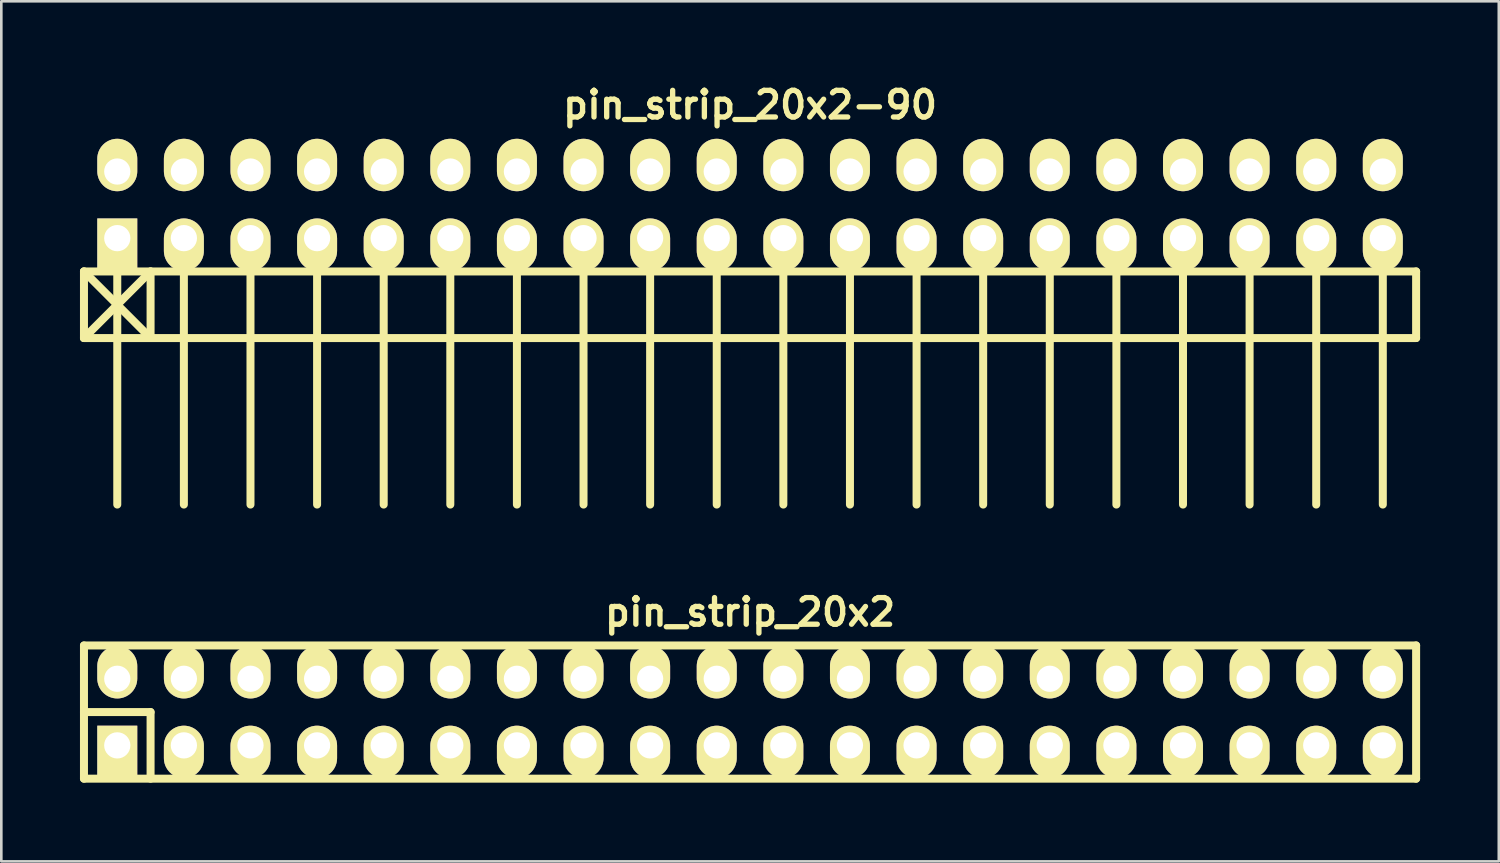
<source format=kicad_pcb>
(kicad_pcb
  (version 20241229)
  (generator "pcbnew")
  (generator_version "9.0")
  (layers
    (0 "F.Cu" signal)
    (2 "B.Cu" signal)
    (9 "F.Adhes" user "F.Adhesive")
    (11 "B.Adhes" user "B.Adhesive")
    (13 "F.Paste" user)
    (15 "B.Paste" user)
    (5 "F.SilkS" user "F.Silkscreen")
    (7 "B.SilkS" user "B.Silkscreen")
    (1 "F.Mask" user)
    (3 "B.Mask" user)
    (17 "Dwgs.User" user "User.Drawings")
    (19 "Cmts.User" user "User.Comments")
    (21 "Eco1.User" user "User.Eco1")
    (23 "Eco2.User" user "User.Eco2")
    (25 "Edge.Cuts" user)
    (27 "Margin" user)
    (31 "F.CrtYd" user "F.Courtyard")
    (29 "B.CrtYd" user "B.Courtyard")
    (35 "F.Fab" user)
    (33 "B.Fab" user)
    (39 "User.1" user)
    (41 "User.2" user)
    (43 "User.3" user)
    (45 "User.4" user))
  (footprint "pin_strip_20x2"
    (layer "F.Cu")
    (at 25.552 24.104)
    (property "Reference" "pin_strip_20x2" (at 0 -3.81 0) (layer "F.SilkS") (effects (font (size 1.016 1.016) (thickness 0.203))))
    (attr through_hole)
    (fp_line (start -25.4 -2.54) (end -25.4 2.54) (stroke (width 0.305) (type solid)) (layer "F.SilkS"))
    (fp_line (start -25.4 -2.54) (end 25.4 -2.54) (stroke (width 0.305) (type solid)) (layer "F.SilkS"))
    (fp_line (start -25.4 0) (end -22.86 0) (stroke (width 0.305) (type solid)) (layer "F.SilkS"))
    (fp_line (start -22.86 0) (end -22.86 2.54) (stroke (width 0.305) (type solid)) (layer "F.SilkS"))
    (fp_line (start 25.4 2.54) (end -25.4 2.54) (stroke (width 0.305) (type solid)) (layer "F.SilkS"))
    (fp_line (start 25.4 2.54) (end 25.4 -2.54) (stroke (width 0.305) (type solid)) (layer "F.SilkS"))
    (pad "1" thru_hole rect (at -24.13 1.27) (size 1.524 1.999) (drill 1.001 (offset 0 0.249)) (layers "*.Cu" "*.Mask" "F.SilkS"))
    (pad "2" thru_hole oval (at -24.13 -1.27) (size 1.524 1.999) (drill 1.001 (offset 0 -0.249)) (layers "*.Cu" "*.Mask" "F.SilkS"))
    (pad "3" thru_hole oval (at -21.59 1.27) (size 1.524 1.999) (drill 1.001 (offset 0 0.249)) (layers "*.Cu" "*.Mask" "F.SilkS"))
    (pad "4" thru_hole oval (at -21.59 -1.27) (size 1.524 1.999) (drill 1.001 (offset 0 -0.249)) (layers "*.Cu" "*.Mask" "F.SilkS"))
    (pad "5" thru_hole oval (at -19.05 1.27) (size 1.524 1.999) (drill 1.001 (offset 0 0.249)) (layers "*.Cu" "*.Mask" "F.SilkS"))
    (pad "6" thru_hole oval (at -19.05 -1.27) (size 1.524 1.999) (drill 1.001 (offset 0 -0.249)) (layers "*.Cu" "*.Mask" "F.SilkS"))
    (pad "7" thru_hole oval (at -16.51 1.27) (size 1.524 1.999) (drill 1.001 (offset 0 0.249)) (layers "*.Cu" "*.Mask" "F.SilkS"))
    (pad "8" thru_hole oval (at -16.51 -1.27) (size 1.524 1.999) (drill 1.001 (offset 0 -0.249)) (layers "*.Cu" "*.Mask" "F.SilkS"))
    (pad "9" thru_hole oval (at -13.97 1.27) (size 1.524 1.999) (drill 1.001 (offset 0 0.249)) (layers "*.Cu" "*.Mask" "F.SilkS"))
    (pad "10" thru_hole oval (at -13.97 -1.27) (size 1.524 1.999) (drill 1.001 (offset 0 -0.249)) (layers "*.Cu" "*.Mask" "F.SilkS"))
    (pad "11" thru_hole oval (at -11.43 1.27) (size 1.524 1.999) (drill 1.001 (offset 0 0.249)) (layers "*.Cu" "*.Mask" "F.SilkS"))
    (pad "12" thru_hole oval (at -11.43 -1.27) (size 1.524 1.999) (drill 1.001 (offset 0 -0.249)) (layers "*.Cu" "*.Mask" "F.SilkS"))
    (pad "13" thru_hole oval (at -8.89 1.27) (size 1.524 1.999) (drill 1.001 (offset 0 0.249)) (layers "*.Cu" "*.Mask" "F.SilkS"))
    (pad "14" thru_hole oval (at -8.89 -1.27) (size 1.524 1.999) (drill 1.001 (offset 0 -0.249)) (layers "*.Cu" "*.Mask" "F.SilkS"))
    (pad "15" thru_hole oval (at -6.35 1.27) (size 1.524 1.999) (drill 1.001 (offset 0 0.249)) (layers "*.Cu" "*.Mask" "F.SilkS"))
    (pad "16" thru_hole oval (at -6.35 -1.27) (size 1.524 1.999) (drill 1.001 (offset 0 -0.249)) (layers "*.Cu" "*.Mask" "F.SilkS"))
    (pad "17" thru_hole oval (at -3.81 1.27) (size 1.524 1.999) (drill 1.001 (offset 0 0.249)) (layers "*.Cu" "*.Mask" "F.SilkS"))
    (pad "18" thru_hole oval (at -3.81 -1.27) (size 1.524 1.999) (drill 1.001 (offset 0 -0.249)) (layers "*.Cu" "*.Mask" "F.SilkS"))
    (pad "19" thru_hole oval (at -1.27 1.27) (size 1.524 1.999) (drill 1.001 (offset 0 0.249)) (layers "*.Cu" "*.Mask" "F.SilkS"))
    (pad "20" thru_hole oval (at -1.27 -1.27) (size 1.524 1.999) (drill 1.001 (offset 0 -0.249)) (layers "*.Cu" "*.Mask" "F.SilkS"))
    (pad "21" thru_hole oval (at 1.27 1.27) (size 1.524 1.999) (drill 1.001 (offset 0 0.249)) (layers "*.Cu" "*.Mask" "F.SilkS"))
    (pad "22" thru_hole oval (at 1.27 -1.27) (size 1.524 1.999) (drill 1.001 (offset 0 -0.249)) (layers "*.Cu" "*.Mask" "F.SilkS"))
    (pad "23" thru_hole oval (at 3.81 1.27) (size 1.524 1.999) (drill 1.001 (offset 0 0.249)) (layers "*.Cu" "*.Mask" "F.SilkS"))
    (pad "24" thru_hole oval (at 3.81 -1.27) (size 1.524 1.999) (drill 1.001 (offset 0 -0.249)) (layers "*.Cu" "*.Mask" "F.SilkS"))
    (pad "25" thru_hole oval (at 6.35 1.27) (size 1.524 1.999) (drill 1.001 (offset 0 0.249)) (layers "*.Cu" "*.Mask" "F.SilkS"))
    (pad "26" thru_hole oval (at 6.35 -1.27) (size 1.524 1.999) (drill 1.001 (offset 0 -0.249)) (layers "*.Cu" "*.Mask" "F.SilkS"))
    (pad "27" thru_hole oval (at 8.89 1.27) (size 1.524 1.999) (drill 1.001 (offset 0 0.249)) (layers "*.Cu" "*.Mask" "F.SilkS"))
    (pad "28" thru_hole oval (at 8.89 -1.27) (size 1.524 1.999) (drill 1.001 (offset 0 -0.249)) (layers "*.Cu" "*.Mask" "F.SilkS"))
    (pad "29" thru_hole oval (at 11.43 1.27) (size 1.524 1.999) (drill 1.001 (offset 0 0.249)) (layers "*.Cu" "*.Mask" "F.SilkS"))
    (pad "30" thru_hole oval (at 11.43 -1.27) (size 1.524 1.999) (drill 1.001 (offset 0 -0.249)) (layers "*.Cu" "*.Mask" "F.SilkS"))
    (pad "31" thru_hole oval (at 13.97 1.27) (size 1.524 1.999) (drill 1.001 (offset 0 0.249)) (layers "*.Cu" "*.Mask" "F.SilkS"))
    (pad "32" thru_hole oval (at 13.97 -1.27) (size 1.524 1.999) (drill 1.001 (offset 0 -0.249)) (layers "*.Cu" "*.Mask" "F.SilkS"))
    (pad "33" thru_hole oval (at 16.51 1.27) (size 1.524 1.999) (drill 1.001 (offset 0 0.249)) (layers "*.Cu" "*.Mask" "F.SilkS"))
    (pad "34" thru_hole oval (at 16.51 -1.27) (size 1.524 1.999) (drill 1.001 (offset 0 -0.249)) (layers "*.Cu" "*.Mask" "F.SilkS"))
    (pad "35" thru_hole oval (at 19.05 1.27) (size 1.524 1.999) (drill 1.001 (offset 0 0.249)) (layers "*.Cu" "*.Mask" "F.SilkS"))
    (pad "36" thru_hole oval (at 19.05 -1.27) (size 1.524 1.999) (drill 1.001 (offset 0 -0.249)) (layers "*.Cu" "*.Mask" "F.SilkS"))
    (pad "37" thru_hole oval (at 21.59 1.27) (size 1.524 1.999) (drill 1.001 (offset 0 0.249)) (layers "*.Cu" "*.Mask" "F.SilkS"))
    (pad "38" thru_hole oval (at 21.59 -1.27) (size 1.524 1.999) (drill 1.001 (offset 0 -0.249)) (layers "*.Cu" "*.Mask" "F.SilkS"))
    (pad "39" thru_hole oval (at 24.13 1.27) (size 1.524 1.999) (drill 1.001 (offset 0 0.249)) (layers "*.Cu" "*.Mask" "F.SilkS"))
    (pad "40" thru_hole oval (at 24.13 -1.27) (size 1.524 1.999) (drill 1.001 (offset 0 -0.249)) (layers "*.Cu" "*.Mask" "F.SilkS")))
  (footprint "pin_strip_20x2-90"
    (layer "F.Cu")
    (at 25.552 4.761)
    (property "Reference" "pin_strip_20x2-90" (at 0 -3.81 0) (layer "F.SilkS") (effects (font (size 1.016 1.016) (thickness 0.203))))
    (attr through_hole)
    (fp_line (start -25.4 2.54) (end -22.86 5.08) (stroke (width 0.305) (type solid)) (layer "F.SilkS"))
    (fp_line (start -25.4 5.08) (end -25.4 2.54) (stroke (width 0.305) (type solid)) (layer "F.SilkS"))
    (fp_line (start -25.4 5.08) (end 25.4 5.08) (stroke (width 0.305) (type solid)) (layer "F.SilkS"))
    (fp_line (start -24.13 1.27) (end -24.13 11.43) (stroke (width 0.305) (type solid)) (layer "F.SilkS"))
    (fp_line (start -22.86 2.54) (end -25.4 5.08) (stroke (width 0.305) (type solid)) (layer "F.SilkS"))
    (fp_line (start -22.86 5.08) (end -22.86 2.54) (stroke (width 0.305) (type solid)) (layer "F.SilkS"))
    (fp_line (start -21.59 1.27) (end -21.59 11.43) (stroke (width 0.305) (type solid)) (layer "F.SilkS"))
    (fp_line (start -19.05 11.43) (end -19.05 1.27) (stroke (width 0.305) (type solid)) (layer "F.SilkS"))
    (fp_line (start -16.51 1.27) (end -16.51 11.43) (stroke (width 0.305) (type solid)) (layer "F.SilkS"))
    (fp_line (start -13.97 1.27) (end -13.97 11.43) (stroke (width 0.305) (type solid)) (layer "F.SilkS"))
    (fp_line (start -11.43 1.27) (end -11.43 11.43) (stroke (width 0.305) (type solid)) (layer "F.SilkS"))
    (fp_line (start -8.89 1.27) (end -8.89 11.43) (stroke (width 0.305) (type solid)) (layer "F.SilkS"))
    (fp_line (start -6.35 1.27) (end -6.35 11.43) (stroke (width 0.305) (type solid)) (layer "F.SilkS"))
    (fp_line (start -3.81 1.27) (end -3.81 11.43) (stroke (width 0.305) (type solid)) (layer "F.SilkS"))
    (fp_line (start -1.27 1.27) (end -1.27 11.43) (stroke (width 0.305) (type solid)) (layer "F.SilkS"))
    (fp_line (start 1.27 1.27) (end 1.27 11.43) (stroke (width 0.305) (type solid)) (layer "F.SilkS"))
    (fp_line (start 3.81 1.27) (end 3.81 11.43) (stroke (width 0.305) (type solid)) (layer "F.SilkS"))
    (fp_line (start 6.35 11.43) (end 6.35 1.27) (stroke (width 0.305) (type solid)) (layer "F.SilkS"))
    (fp_line (start 8.89 1.27) (end 8.89 11.43) (stroke (width 0.305) (type solid)) (layer "F.SilkS"))
    (fp_line (start 11.43 1.27) (end 11.43 11.43) (stroke (width 0.305) (type solid)) (layer "F.SilkS"))
    (fp_line (start 13.97 1.27) (end 13.97 11.43) (stroke (width 0.305) (type solid)) (layer "F.SilkS"))
    (fp_line (start 16.51 1.27) (end 16.51 11.43) (stroke (width 0.305) (type solid)) (layer "F.SilkS"))
    (fp_line (start 19.05 1.27) (end 19.05 11.43) (stroke (width 0.305) (type solid)) (layer "F.SilkS"))
    (fp_line (start 21.59 1.27) (end 21.59 11.43) (stroke (width 0.305) (type solid)) (layer "F.SilkS"))
    (fp_line (start 24.13 1.27) (end 24.13 11.43) (stroke (width 0.305) (type solid)) (layer "F.SilkS"))
    (fp_line (start 25.4 2.54) (end -25.4 2.54) (stroke (width 0.305) (type solid)) (layer "F.SilkS"))
    (fp_line (start 25.4 2.54) (end 25.4 5.08) (stroke (width 0.305) (type solid)) (layer "F.SilkS"))
    (pad "1" thru_hole rect (at -24.13 1.27) (size 1.524 1.999) (drill 1.001 (offset 0 0.249)) (layers "*.Cu" "*.Mask" "F.SilkS"))
    (pad "2" thru_hole oval (at -24.13 -1.27) (size 1.524 1.999) (drill 1.001 (offset 0 -0.249)) (layers "*.Cu" "*.Mask" "F.SilkS"))
    (pad "3" thru_hole oval (at -21.59 1.27) (size 1.524 1.999) (drill 1.001 (offset 0 0.249)) (layers "*.Cu" "*.Mask" "F.SilkS"))
    (pad "4" thru_hole oval (at -21.59 -1.27) (size 1.524 1.999) (drill 1.001 (offset 0 -0.249)) (layers "*.Cu" "*.Mask" "F.SilkS"))
    (pad "5" thru_hole oval (at -19.05 1.27) (size 1.524 1.999) (drill 1.001 (offset 0 0.249)) (layers "*.Cu" "*.Mask" "F.SilkS"))
    (pad "6" thru_hole oval (at -19.05 -1.27) (size 1.524 1.999) (drill 1.001 (offset 0 -0.249)) (layers "*.Cu" "*.Mask" "F.SilkS"))
    (pad "7" thru_hole oval (at -16.51 1.27) (size 1.524 1.999) (drill 1.001 (offset 0 0.249)) (layers "*.Cu" "*.Mask" "F.SilkS"))
    (pad "8" thru_hole oval (at -16.51 -1.27) (size 1.524 1.999) (drill 1.001 (offset 0 -0.249)) (layers "*.Cu" "*.Mask" "F.SilkS"))
    (pad "9" thru_hole oval (at -13.97 1.27) (size 1.524 1.999) (drill 1.001 (offset 0 0.249)) (layers "*.Cu" "*.Mask" "F.SilkS"))
    (pad "10" thru_hole oval (at -13.97 -1.27) (size 1.524 1.999) (drill 1.001 (offset 0 -0.249)) (layers "*.Cu" "*.Mask" "F.SilkS"))
    (pad "11" thru_hole oval (at -11.43 1.27) (size 1.524 1.999) (drill 1.001 (offset 0 0.249)) (layers "*.Cu" "*.Mask" "F.SilkS"))
    (pad "12" thru_hole oval (at -11.43 -1.27) (size 1.524 1.999) (drill 1.001 (offset 0 -0.249)) (layers "*.Cu" "*.Mask" "F.SilkS"))
    (pad "13" thru_hole oval (at -8.89 1.27) (size 1.524 1.999) (drill 1.001 (offset 0 0.249)) (layers "*.Cu" "*.Mask" "F.SilkS"))
    (pad "14" thru_hole oval (at -8.89 -1.27) (size 1.524 1.999) (drill 1.001 (offset 0 -0.249)) (layers "*.Cu" "*.Mask" "F.SilkS"))
    (pad "15" thru_hole oval (at -6.35 1.27) (size 1.524 1.999) (drill 1.001 (offset 0 0.249)) (layers "*.Cu" "*.Mask" "F.SilkS"))
    (pad "16" thru_hole oval (at -6.35 -1.27) (size 1.524 1.999) (drill 1.001 (offset 0 -0.249)) (layers "*.Cu" "*.Mask" "F.SilkS"))
    (pad "17" thru_hole oval (at -3.81 1.27) (size 1.524 1.999) (drill 1.001 (offset 0 0.249)) (layers "*.Cu" "*.Mask" "F.SilkS"))
    (pad "18" thru_hole oval (at -3.81 -1.27) (size 1.524 1.999) (drill 1.001 (offset 0 -0.249)) (layers "*.Cu" "*.Mask" "F.SilkS"))
    (pad "19" thru_hole oval (at -1.27 1.27) (size 1.524 1.999) (drill 1.001 (offset 0 0.249)) (layers "*.Cu" "*.Mask" "F.SilkS"))
    (pad "20" thru_hole oval (at -1.27 -1.27) (size 1.524 1.999) (drill 1.001 (offset 0 -0.249)) (layers "*.Cu" "*.Mask" "F.SilkS"))
    (pad "21" thru_hole oval (at 1.27 1.27) (size 1.524 1.999) (drill 1.001 (offset 0 0.249)) (layers "*.Cu" "*.Mask" "F.SilkS"))
    (pad "22" thru_hole oval (at 1.27 -1.27) (size 1.524 1.999) (drill 1.001 (offset 0 -0.249)) (layers "*.Cu" "*.Mask" "F.SilkS"))
    (pad "23" thru_hole oval (at 3.81 1.27) (size 1.524 1.999) (drill 1.001 (offset 0 0.249)) (layers "*.Cu" "*.Mask" "F.SilkS"))
    (pad "24" thru_hole oval (at 3.81 -1.27) (size 1.524 1.999) (drill 1.001 (offset 0 -0.249)) (layers "*.Cu" "*.Mask" "F.SilkS"))
    (pad "25" thru_hole oval (at 6.35 1.27) (size 1.524 1.999) (drill 1.001 (offset 0 0.249)) (layers "*.Cu" "*.Mask" "F.SilkS"))
    (pad "26" thru_hole oval (at 6.35 -1.27) (size 1.524 1.999) (drill 1.001 (offset 0 -0.249)) (layers "*.Cu" "*.Mask" "F.SilkS"))
    (pad "27" thru_hole oval (at 8.89 1.27) (size 1.524 1.999) (drill 1.001 (offset 0 0.249)) (layers "*.Cu" "*.Mask" "F.SilkS"))
    (pad "28" thru_hole oval (at 8.89 -1.27) (size 1.524 1.999) (drill 1.001 (offset 0 -0.249)) (layers "*.Cu" "*.Mask" "F.SilkS"))
    (pad "29" thru_hole oval (at 11.43 1.27) (size 1.524 1.999) (drill 1.001 (offset 0 0.249)) (layers "*.Cu" "*.Mask" "F.SilkS"))
    (pad "30" thru_hole oval (at 11.43 -1.27) (size 1.524 1.999) (drill 1.001 (offset 0 -0.249)) (layers "*.Cu" "*.Mask" "F.SilkS"))
    (pad "31" thru_hole oval (at 13.97 1.27) (size 1.524 1.999) (drill 1.001 (offset 0 0.249)) (layers "*.Cu" "*.Mask" "F.SilkS"))
    (pad "32" thru_hole oval (at 13.97 -1.27) (size 1.524 1.999) (drill 1.001 (offset 0 -0.249)) (layers "*.Cu" "*.Mask" "F.SilkS"))
    (pad "33" thru_hole oval (at 16.51 1.27) (size 1.524 1.999) (drill 1.001 (offset 0 0.249)) (layers "*.Cu" "*.Mask" "F.SilkS"))
    (pad "34" thru_hole oval (at 16.51 -1.27) (size 1.524 1.999) (drill 1.001 (offset 0 -0.249)) (layers "*.Cu" "*.Mask" "F.SilkS"))
    (pad "35" thru_hole oval (at 19.05 1.27) (size 1.524 1.999) (drill 1.001 (offset 0 0.249)) (layers "*.Cu" "*.Mask" "F.SilkS"))
    (pad "36" thru_hole oval (at 19.05 -1.27) (size 1.524 1.999) (drill 1.001 (offset 0 -0.249)) (layers "*.Cu" "*.Mask" "F.SilkS"))
    (pad "37" thru_hole oval (at 21.59 1.27) (size 1.524 1.999) (drill 1.001 (offset 0 0.249)) (layers "*.Cu" "*.Mask" "F.SilkS"))
    (pad "38" thru_hole oval (at 21.59 -1.27) (size 1.524 1.999) (drill 1.001 (offset 0 -0.249)) (layers "*.Cu" "*.Mask" "F.SilkS"))
    (pad "39" thru_hole oval (at 24.13 1.27) (size 1.524 1.999) (drill 1.001 (offset 0 0.249)) (layers "*.Cu" "*.Mask" "F.SilkS"))
    (pad "40" thru_hole oval (at 24.13 -1.27) (size 1.524 1.999) (drill 1.001 (offset 0 -0.249)) (layers "*.Cu" "*.Mask" "F.SilkS")))
  (gr_rect
    (start -3 -3)
    (end 54.105 29.797)
    (stroke (width 0.1) (type default))
    (fill no)
    (layer "Edge.Cuts")))
</source>
